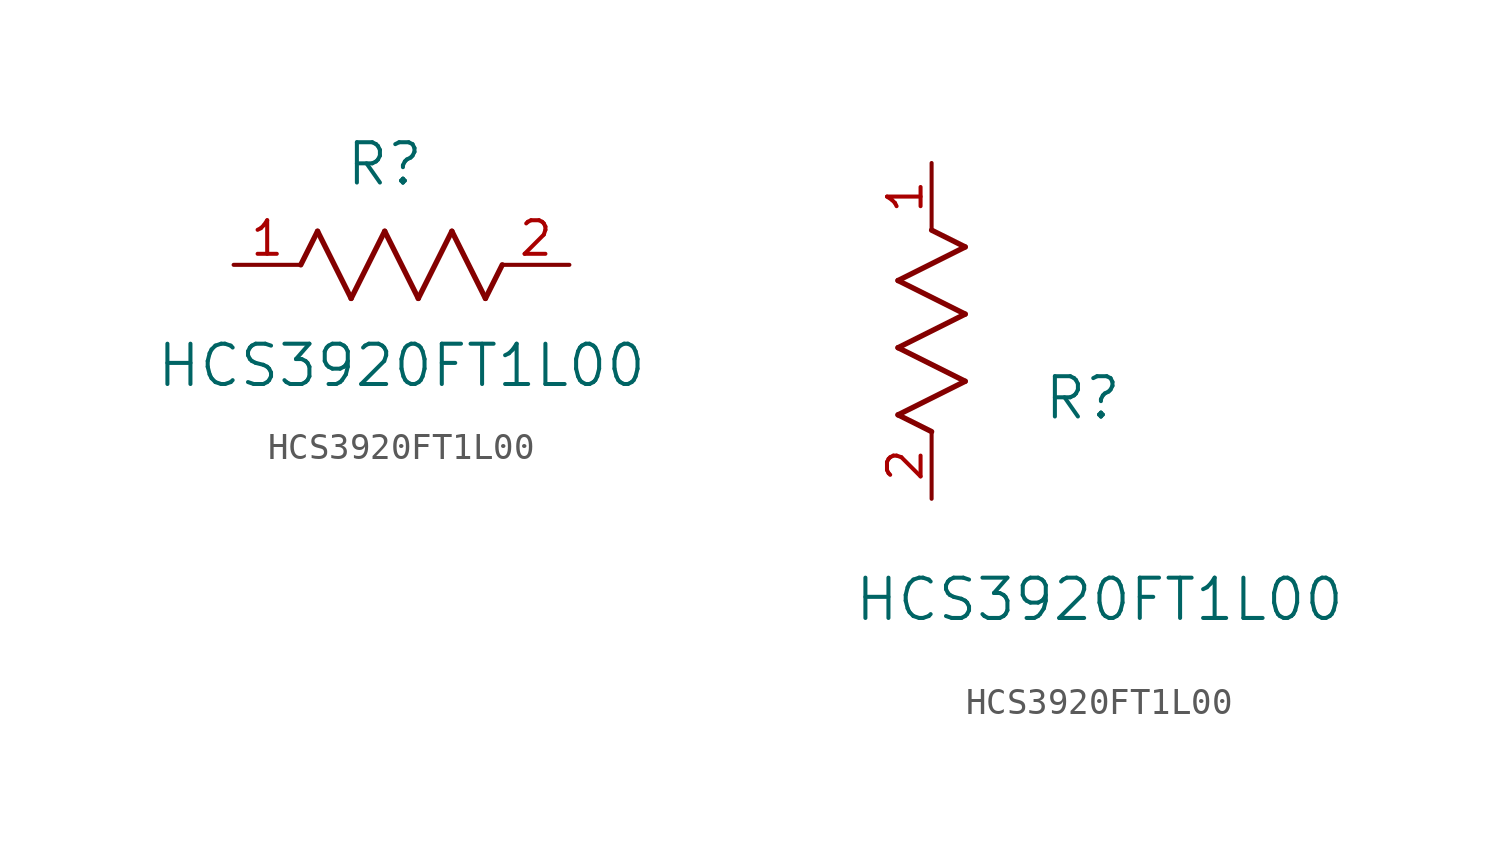
<source format=kicad_sym>
(kicad_symbol_lib
  (version 20211014)
  (generator kicad_symbol_editor)
  (symbol "HCS3920FT1L00"
    (pin_names
      (offset 0.254))
    (property "Reference" "R"
      (at 5.715 3.81 0)
      (effects (font (size 1.524 1.524))))
    (property "Value" "HCS3920FT1L00"
      (at 6.35 -3.81 0)
      (effects (font (size 1.524 1.524))))
    (symbol "HCS3920FT1L00_1_1"
      (polyline (pts (xy 3.175 1.27) (xy 4.445 -1.27)) (stroke (width 0.203) (type default) (color 0 0 0 0)) (fill (type none)))
      (polyline (pts (xy 4.445 -1.27) (xy 5.715 1.27)) (stroke (width 0.203) (type default) (color 0 0 0 0)) (fill (type none)))
      (polyline (pts (xy 5.715 1.27) (xy 6.985 -1.27)) (stroke (width 0.203) (type default) (color 0 0 0 0)) (fill (type none)))
      (polyline (pts (xy 6.985 -1.27) (xy 8.255 1.27)) (stroke (width 0.203) (type default) (color 0 0 0 0)) (fill (type none)))
      (polyline (pts (xy 8.255 1.27) (xy 9.525 -1.27)) (stroke (width 0.203) (type default) (color 0 0 0 0)) (fill (type none)))
      (polyline (pts (xy 2.54 0) (xy 3.175 1.27)) (stroke (width 0.203) (type default) (color 0 0 0 0)) (fill (type none)))
      (polyline (pts (xy 9.525 -1.27) (xy 10.16 0)) (stroke (width 0.203) (type default) (color 0 0 0 0)) (fill (type none)))
      (pin unspecified line (at 0 0 0) (length 2.54) (name "" (effects (font (size 1.27 1.27)))) (number "1" (effects (font (size 1.27 1.27)))))
      (pin unspecified line (at 12.7 0 180) (length 2.54) (name "" (effects (font (size 1.27 1.27)))) (number "2" (effects (font (size 1.27 1.27))))))
    (symbol "HCS3920FT1L00_1_2"
      (polyline (pts (xy 0 2.54) (xy -1.27 3.175)) (stroke (width 0.203) (type default) (color 0 0 0 0)) (fill (type none)))
      (polyline (pts (xy -1.27 3.175) (xy 1.27 4.445)) (stroke (width 0.203) (type default) (color 0 0 0 0)) (fill (type none)))
      (polyline (pts (xy 1.27 4.445) (xy -1.27 5.715)) (stroke (width 0.203) (type default) (color 0 0 0 0)) (fill (type none)))
      (polyline (pts (xy -1.27 5.715) (xy 1.27 6.985)) (stroke (width 0.203) (type default) (color 0 0 0 0)) (fill (type none)))
      (polyline (pts (xy -1.27 8.255) (xy 1.27 9.525)) (stroke (width 0.203) (type default) (color 0 0 0 0)) (fill (type none)))
      (polyline (pts (xy 1.27 9.525) (xy 0 10.16)) (stroke (width 0.203) (type default) (color 0 0 0 0)) (fill (type none)))
      (polyline (pts (xy 1.27 6.985) (xy -1.27 8.255)) (stroke (width 0.203) (type default) (color 0 0 0 0)) (fill (type none)))
      (pin unspecified line (at 0 12.7 270) (length 2.54) (name "" (effects (font (size 1.27 1.27)))) (number "1" (effects (font (size 1.27 1.27)))))
      (pin unspecified line (at 0 0 90) (length 2.54) (name "" (effects (font (size 1.27 1.27)))) (number "2" (effects (font (size 1.27 1.27))))))))
</source>
